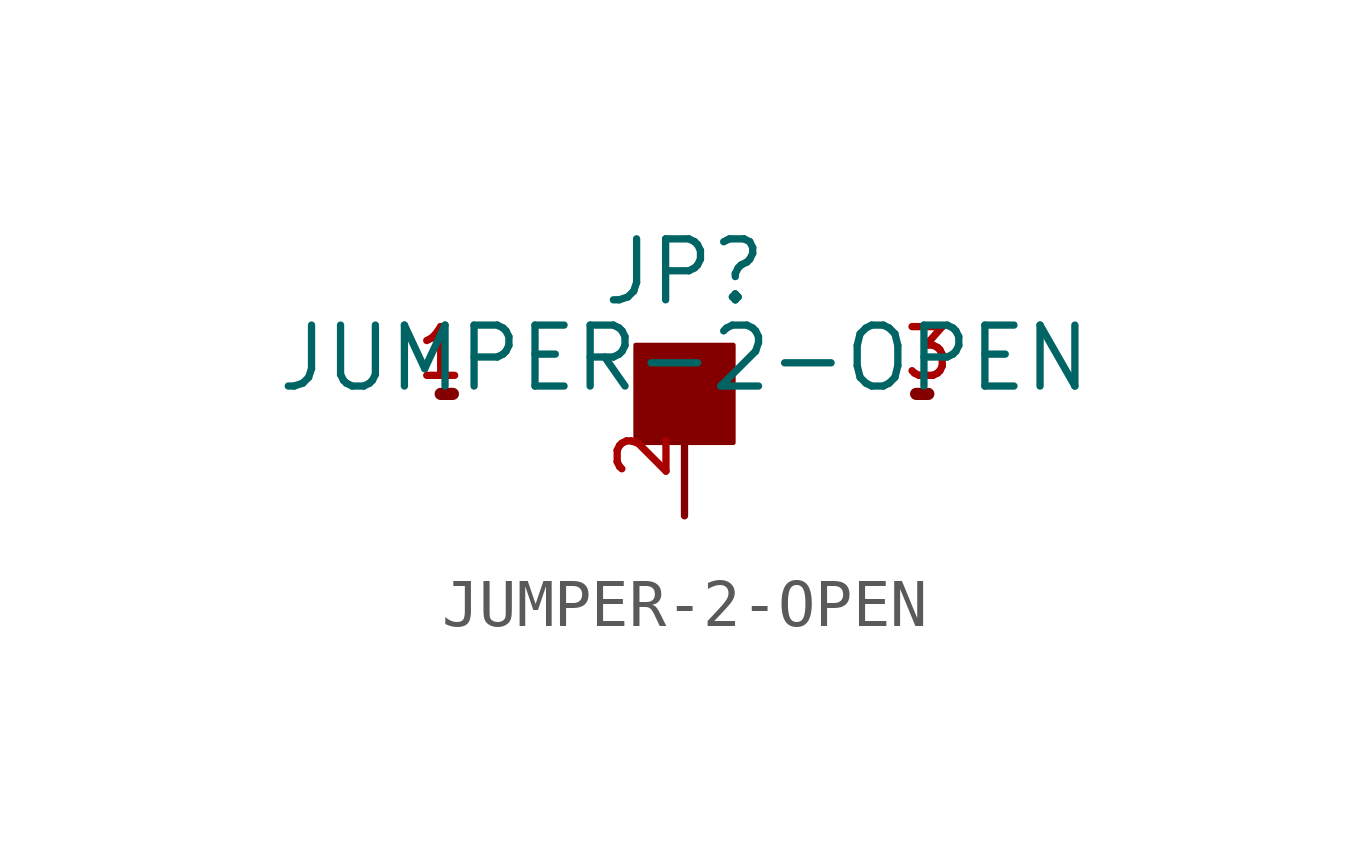
<source format=kicad_sym>
(kicad_symbol_lib
  (version 20211014)
  (generator kicad_symbol_editor)
  (symbol "JUMPER-2-OPEN"
    (pin_names
      (offset 1.016))
    (property "Reference" "JP"
      (at 0.0 2.54 0)
      (effects (font (size 1.27 1.27))))
    (property "Value" "JUMPER-2-OPEN"
      (at 0 0.0 0)
      (effects (font (size 1.27 1.27)) (justify bottom)))
    (symbol "JUMPER-2-OPEN_0_0"
      (rectangle (start -1.016 -1.016) (end 1.016 1.016) (stroke (width 0.1)) (fill (type outline)))
      (polyline (pts (xy -4.826 0.0) (xy -5.08 0.0)) (stroke (width 0.254)))
      (polyline (pts (xy 4.826 0.0) (xy 5.08 0.0)) (stroke (width 0.254)))
      (pin bidirectional line (at -5.08 0.0 0) (length 0) (name "~" (effects (font (size 1.016 1.016)))) (number "1" (effects (font (size 1.016 1.016)))))
      (pin bidirectional line (at 5.08 0.0 180.0) (length 0) (name "~" (effects (font (size 1.016 1.016)))) (number "3" (effects (font (size 1.016 1.016)))))
      (pin bidirectional line (at 0.0 -2.54 90.0) (length 2.54) (name "~" (effects (font (size 1.016 1.016)))) (number "2" (effects (font (size 1.016 1.016))))))))
</source>
